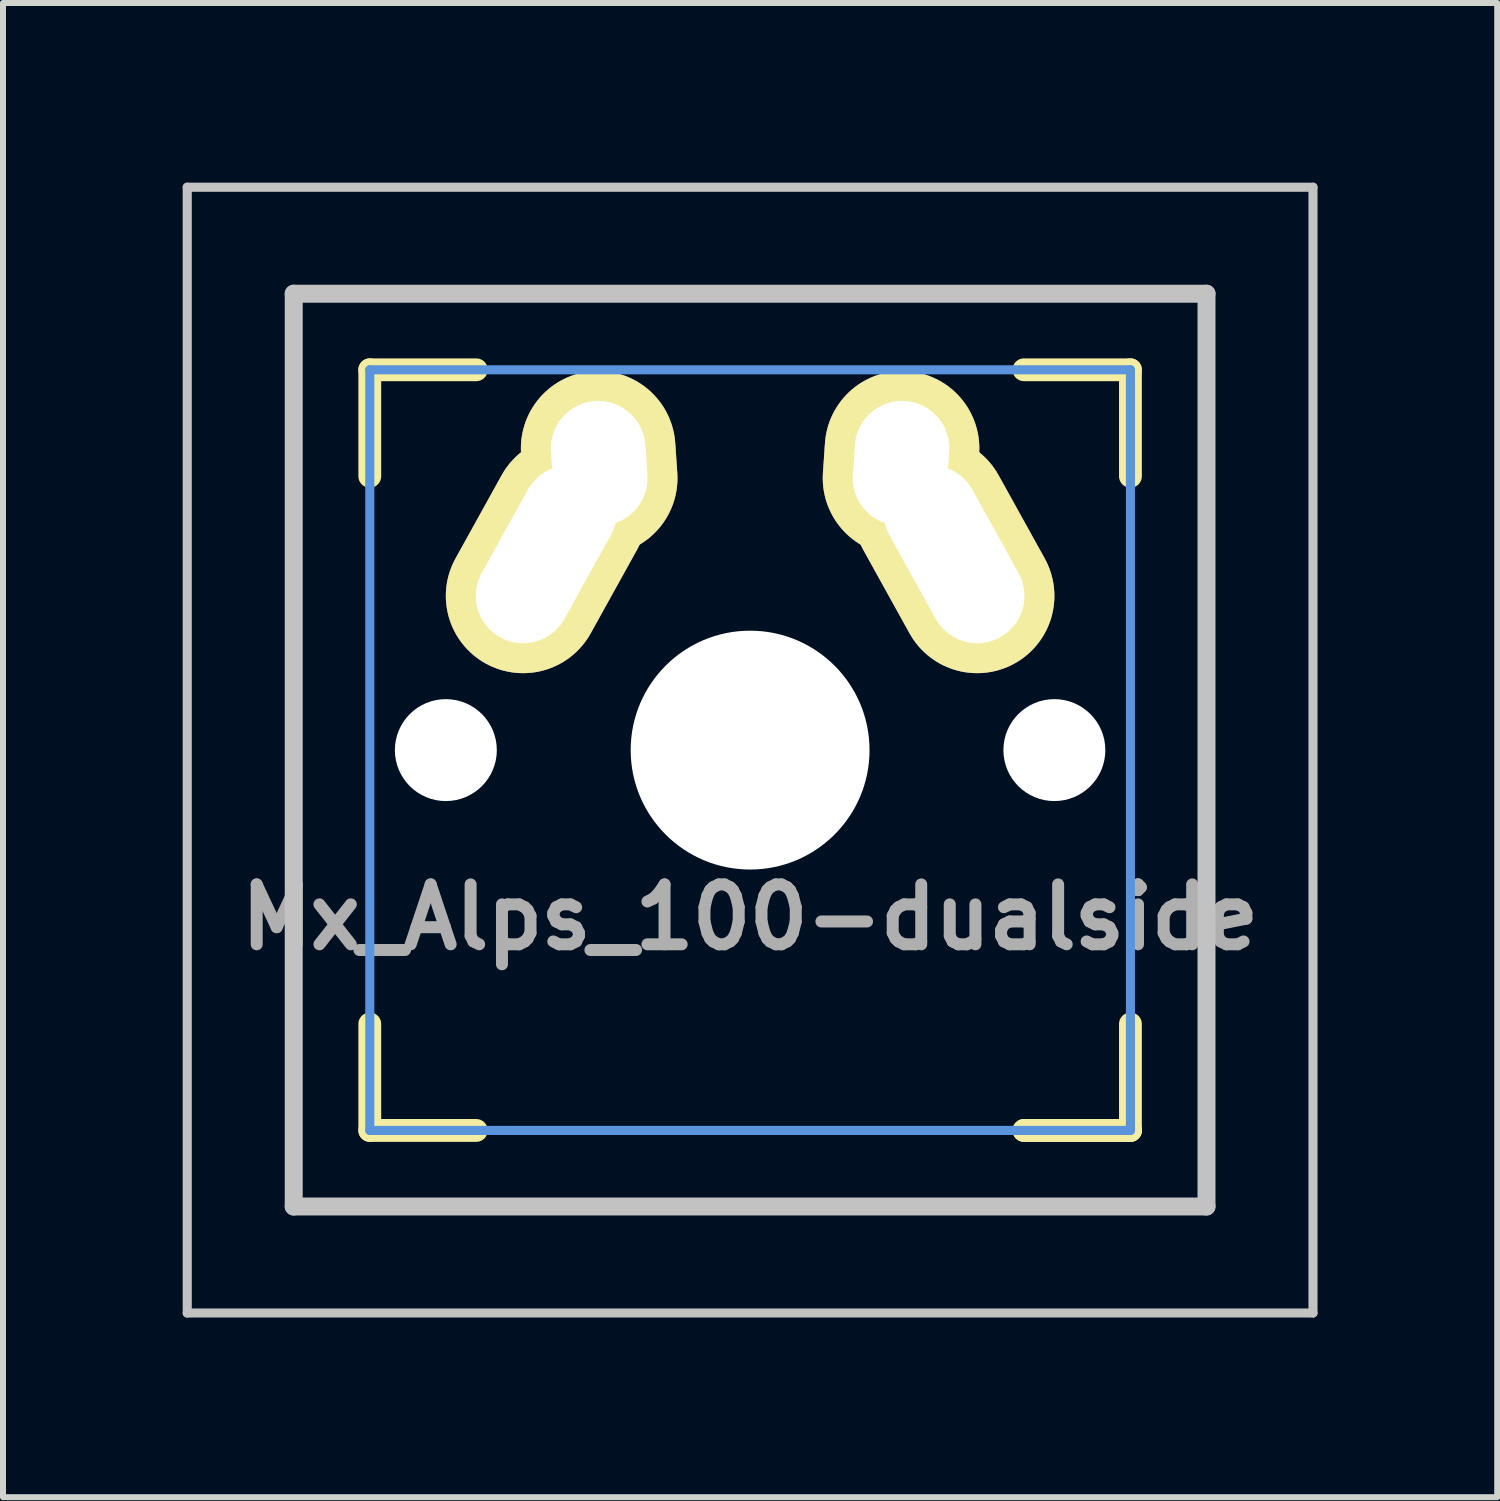
<source format=kicad_pcb>
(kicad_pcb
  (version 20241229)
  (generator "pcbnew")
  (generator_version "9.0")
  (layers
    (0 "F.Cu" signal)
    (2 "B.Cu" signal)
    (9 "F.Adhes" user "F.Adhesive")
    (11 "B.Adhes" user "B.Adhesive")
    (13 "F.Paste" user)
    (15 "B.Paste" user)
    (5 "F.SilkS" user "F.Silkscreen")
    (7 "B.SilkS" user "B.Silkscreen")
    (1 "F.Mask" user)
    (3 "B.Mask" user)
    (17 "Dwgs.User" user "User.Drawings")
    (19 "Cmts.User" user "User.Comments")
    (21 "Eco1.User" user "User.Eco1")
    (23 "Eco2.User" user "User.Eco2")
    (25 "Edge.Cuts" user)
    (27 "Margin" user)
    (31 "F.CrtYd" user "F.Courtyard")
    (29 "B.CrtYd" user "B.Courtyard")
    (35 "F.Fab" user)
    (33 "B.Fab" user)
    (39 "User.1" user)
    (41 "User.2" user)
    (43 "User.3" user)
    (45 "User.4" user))
  (footprint "Mx_Alps_100-dualside"
    (layer "F.Cu")
    (at 9.474 9.474)
    (property "Reference" "Mx_Alps_100-dualside" (at 0 2.79 0) (layer "F.Fab") (effects (font (size 1 1) (thickness 0.2))))
    (attr through_hole)
    (fp_line (start -6.35 -6.35) (end -4.572 -6.35) (stroke (width 0.381) (type solid)) (layer "F.SilkS"))
    (fp_line (start -6.35 -4.572) (end -6.35 -6.35) (stroke (width 0.381) (type solid)) (layer "F.SilkS"))
    (fp_line (start -6.35 6.35) (end -6.35 4.572) (stroke (width 0.381) (type solid)) (layer "F.SilkS"))
    (fp_line (start -4.572 6.35) (end -6.35 6.35) (stroke (width 0.381) (type solid)) (layer "F.SilkS"))
    (fp_line (start 4.572 -6.35) (end 6.35 -6.35) (stroke (width 0.381) (type solid)) (layer "F.SilkS"))
    (fp_line (start 4.572 6.35) (end 6.35 6.35) (stroke (width 0.381) (type solid)) (layer "F.SilkS"))
    (fp_line (start 6.35 -6.35) (end 6.35 -4.572) (stroke (width 0.381) (type solid)) (layer "F.SilkS"))
    (fp_line (start 6.35 4.572) (end 6.35 6.35) (stroke (width 0.381) (type solid)) (layer "F.SilkS"))
    (fp_line (start 6.35 6.35) (end 4.572 6.35) (stroke (width 0.381) (type solid)) (layer "F.SilkS"))
    (fp_line (start -9.398 -9.398) (end 9.398 -9.398) (stroke (width 0.152) (type solid)) (layer "Dwgs.User"))
    (fp_line (start -9.398 9.398) (end -9.398 -9.398) (stroke (width 0.152) (type solid)) (layer "Dwgs.User"))
    (fp_line (start -7.62 -7.62) (end 7.62 -7.62) (stroke (width 0.3) (type solid)) (layer "Dwgs.User"))
    (fp_line (start -7.62 7.62) (end -7.62 -7.62) (stroke (width 0.3) (type solid)) (layer "Dwgs.User"))
    (fp_line (start 7.62 -7.62) (end 7.62 7.62) (stroke (width 0.3) (type solid)) (layer "Dwgs.User"))
    (fp_line (start 7.62 7.62) (end -7.62 7.62) (stroke (width 0.3) (type solid)) (layer "Dwgs.User"))
    (fp_line (start 9.398 -9.398) (end 9.398 9.398) (stroke (width 0.152) (type solid)) (layer "Dwgs.User"))
    (fp_line (start 9.398 9.398) (end -9.398 9.398) (stroke (width 0.152) (type solid)) (layer "Dwgs.User"))
    (fp_line (start -6.35 -6.35) (end 6.35 -6.35) (stroke (width 0.152) (type solid)) (layer "Cmts.User"))
    (fp_line (start -6.35 6.35) (end -6.35 -6.35) (stroke (width 0.152) (type solid)) (layer "Cmts.User"))
    (fp_line (start 6.35 6.35) (end -6.35 6.35) (stroke (width 0.152) (type solid)) (layer "Cmts.User"))
    (fp_line (start 6.35 6.35) (end 6.35 -6.35) (stroke (width 0.152) (type solid)) (layer "Cmts.User"))
    (fp_line (start -6.985 6.985) (end -6.985 -6.985) (stroke (width 0.152) (type solid)) (layer "Eco2.User"))
    (fp_line (start 6.985 -6.985) (end -6.985 -6.985) (stroke (width 0.152) (type solid)) (layer "Eco2.User"))
    (fp_line (start 6.985 -6.985) (end 6.985 6.985) (stroke (width 0.152) (type solid)) (layer "Eco2.User"))
    (fp_line (start 6.985 6.985) (end -6.985 6.985) (stroke (width 0.152) (type solid)) (layer "Eco2.User"))
    (fp_line (start 6.985 6.985) (end 6.985 -6.985) (stroke (width 0.152) (type solid)) (layer "Eco2.User"))
    (pad "" np_thru_hole circle (at -5.08 0) (size 1.702 1.702) (drill 1.702) (layers "*.Cu"))
    (pad "" np_thru_hole circle (at 0 0) (size 3.988 3.988) (drill 3.988) (layers "*.Cu"))
    (pad "" np_thru_hole circle (at 5.08 0) (size 1.702 1.702) (drill 1.702) (layers "*.Cu"))
    (pad "1" thru_hole oval (at -3.405 -3.27 331) (size 2.58 4.17) (drill oval 1.58 3.17) (layers "*.Cu" "*.Mask" "F.SilkS"))
    (pad "1" thru_hole oval (at -2.52 -4.79 3.9) (size 2.58 3.08) (drill oval 1.58 2.08) (layers "*.Cu" "*.Mask" "F.SilkS"))
    (pad "2" thru_hole oval (at 2.52 -4.79 356.1) (size 2.58 3.08) (drill oval 1.58 2.08) (layers "*.Cu" "*.Mask" "F.SilkS"))
    (pad "2" thru_hole oval (at 3.405 -3.27 29) (size 2.58 4.17) (drill oval 1.58 3.17) (layers "*.Cu" "*.Mask" "F.SilkS")))
  (gr_rect
    (start -3 -3)
    (end 21.948 21.948)
    (stroke (width 0.1) (type default))
    (fill no)
    (layer "Edge.Cuts")))
</source>
